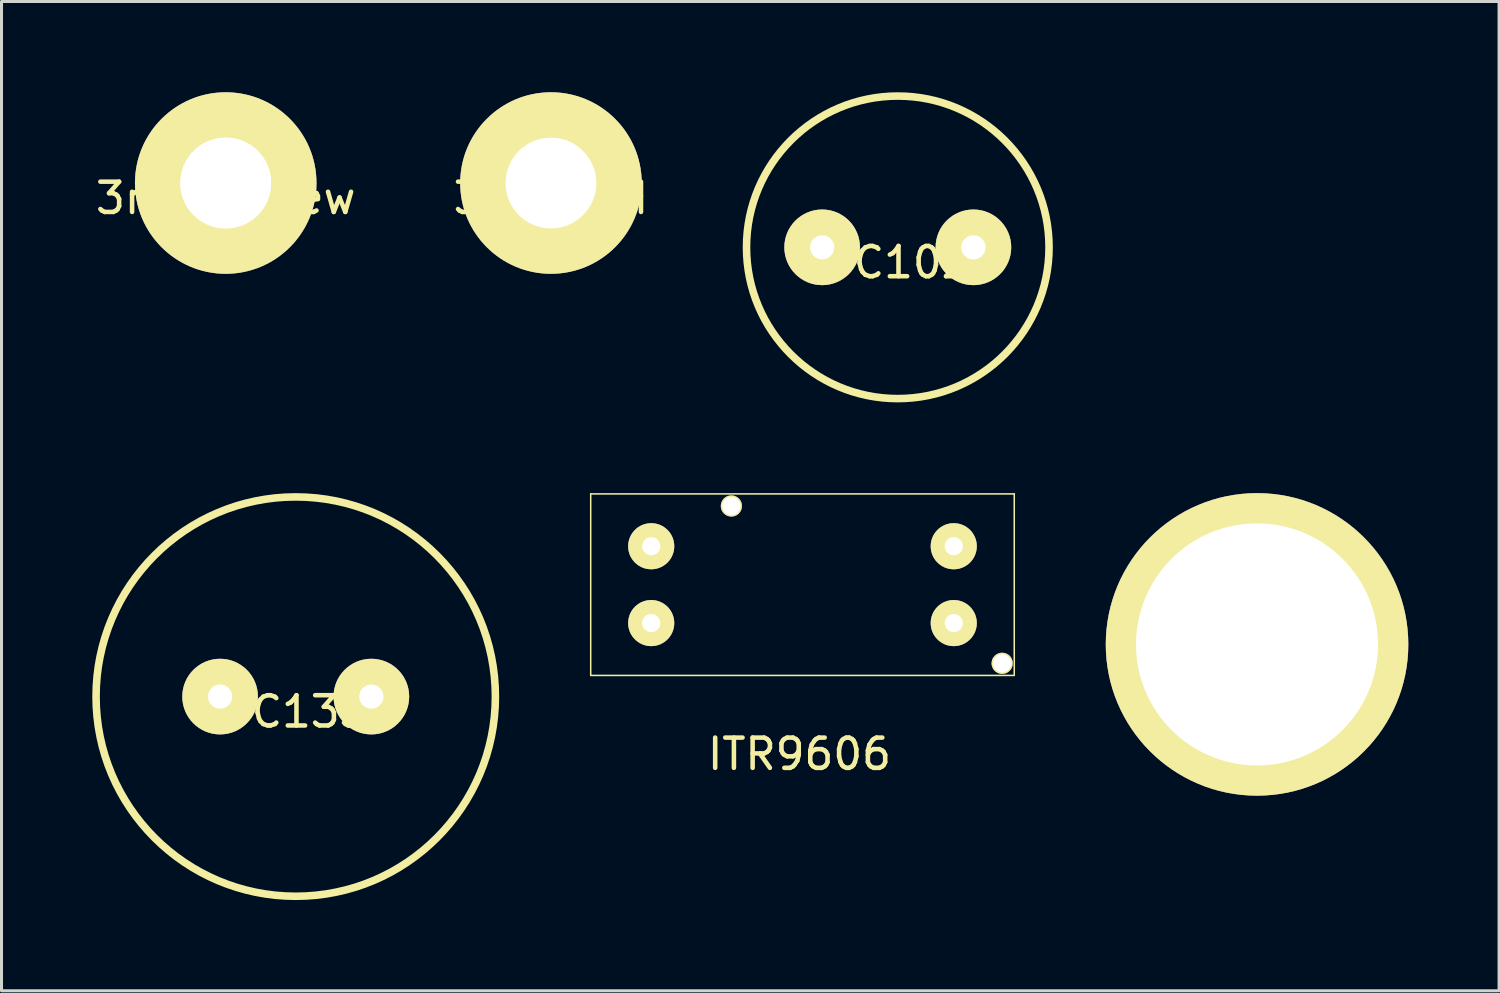
<source format=kicad_pcb>
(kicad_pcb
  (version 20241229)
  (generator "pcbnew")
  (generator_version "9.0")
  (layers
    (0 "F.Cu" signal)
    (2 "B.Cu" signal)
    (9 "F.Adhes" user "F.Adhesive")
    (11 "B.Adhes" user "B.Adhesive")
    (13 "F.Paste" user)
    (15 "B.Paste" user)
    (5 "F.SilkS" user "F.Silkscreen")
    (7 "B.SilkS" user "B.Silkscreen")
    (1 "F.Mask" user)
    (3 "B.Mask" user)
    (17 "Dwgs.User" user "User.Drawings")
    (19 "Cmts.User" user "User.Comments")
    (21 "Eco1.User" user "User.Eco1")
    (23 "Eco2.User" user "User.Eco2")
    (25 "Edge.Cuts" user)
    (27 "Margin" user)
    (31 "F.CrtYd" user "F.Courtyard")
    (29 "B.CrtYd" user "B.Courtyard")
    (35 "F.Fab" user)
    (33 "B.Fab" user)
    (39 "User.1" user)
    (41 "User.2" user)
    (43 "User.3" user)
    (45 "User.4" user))
  (footprint "MF85"
    (layer "F.Cu")
    (at 38.5 18.25)
    (property "Reference" "MF85" (at 0 0.5 0) (layer "F.SilkS") (effects (font (size 1 1) (thickness 0.15))))
    (attr through_hole)
    (pad "1" thru_hole circle (at 0 0) (size 10 10) (drill 8) (layers "*.Cu" "*.Mask" "F.SilkS")))
  (footprint "3mm_screw"
    (layer "F.Cu")
    (at 4.411 3)
    (property "Reference" "3mm_screw" (at 0 0.5 0) (layer "F.SilkS") (effects (font (size 1 1) (thickness 0.15))))
    (attr through_hole)
    (pad "1" thru_hole circle (at 0 0) (size 4 4) (drill 3) (layers "*.Cu" "*.Mask" "F.SilkS"))
    (pad "1" thru_hole circle (at 0 0) (size 6 6) (drill 3) (layers "*.Mask" "F.Cu" "F.SilkS")))
  (footprint "3mmPTH"
    (layer "F.Cu")
    (at 15.161 3)
    (property "Reference" "3mmPTH" (at 0 0.5 0) (layer "F.SilkS") (effects (font (size 1 1) (thickness 0.15))))
    (attr through_hole)
    (pad "1" thru_hole circle (at 0 0) (size 6 6) (drill 3) (layers "*.Cu" "*.Mask" "F.SilkS")))
  (footprint "ITR9606"
    (layer "F.Cu")
    (at 23.475 16.275)
    (property "Reference" "ITR9606" (at -0.1 5.6 0) (layer "F.SilkS") (effects (font (size 1 1) (thickness 0.15))))
    (attr through_hole)
    (fp_line (start -7 -3) (end 7 -3) (stroke (width 0.05) (type solid)) (layer "F.SilkS"))
    (fp_line (start -7 3) (end -7 -3) (stroke (width 0.05) (type solid)) (layer "F.SilkS"))
    (fp_line (start 7 -3) (end 7 3) (stroke (width 0.05) (type solid)) (layer "F.SilkS"))
    (fp_line (start 7 3) (end -7 3) (stroke (width 0.05) (type solid)) (layer "F.SilkS"))
    (pad "" np_thru_hole circle (at -2.35 -2.6) (size 0.7 0.7) (drill 0.6) (layers "*.Cu" "*.Mask" "F.SilkS"))
    (pad "" np_thru_hole circle (at 6.6 2.6) (size 0.7 0.7) (drill 0.6) (layers "*.Cu" "*.Mask" "F.SilkS"))
    (pad "1" thru_hole circle (at -5 -1.27) (size 1.524 1.524) (drill 0.6) (layers "*.Cu" "*.Mask" "F.SilkS"))
    (pad "2" thru_hole circle (at -5 1.27) (size 1.524 1.524) (drill 0.6) (layers "*.Cu" "*.Mask" "F.SilkS"))
    (pad "3" thru_hole circle (at 5 1.27) (size 1.524 1.524) (drill 0.6) (layers "*.Cu" "*.Mask" "F.SilkS"))
    (pad "4" thru_hole circle (at 5 -1.27) (size 1.524 1.524) (drill 0.6) (layers "*.Cu" "*.Mask" "F.SilkS")))
  (footprint "HFC1330"
    (layer "F.Cu")
    (at 6.725 19.975)
    (property "Reference" "HFC1330" (at 0 0.5 0) (layer "F.SilkS") (effects (font (size 1 1) (thickness 0.15))))
    (attr through_hole)
    (fp_circle (center 0 0) (end 6.6 0) (stroke (width 0.25) (type solid)) (fill no) (layer "F.SilkS"))
    (pad "1" thru_hole circle (at -2.5 0) (size 2.5 2.5) (drill 0.8) (layers "*.Cu" "*.Mask" "F.SilkS"))
    (pad "2" thru_hole circle (at 2.5 0) (size 2.5 2.5) (drill 0.8) (layers "*.Cu" "*.Mask" "F.SilkS")))
  (footprint "HFC1025"
    (layer "F.Cu")
    (at 26.625 5.125)
    (property "Reference" "HFC1025" (at 0 0.5 0) (layer "F.SilkS") (effects (font (size 1 1) (thickness 0.15))))
    (attr through_hole)
    (fp_circle (center 0 0) (end 5 0) (stroke (width 0.25) (type solid)) (fill no) (layer "F.SilkS"))
    (pad "1" thru_hole circle (at -2.5 0) (size 2.5 2.5) (drill 0.8) (layers "*.Cu" "*.Mask" "F.SilkS"))
    (pad "2" thru_hole circle (at 2.5 0) (size 2.5 2.5) (drill 0.8) (layers "*.Cu" "*.Mask" "F.SilkS")))
  (gr_rect
    (start -3 -3)
    (end 46.5 29.7)
    (stroke (width 0.1) (type default))
    (fill no)
    (layer "Edge.Cuts")))
</source>
